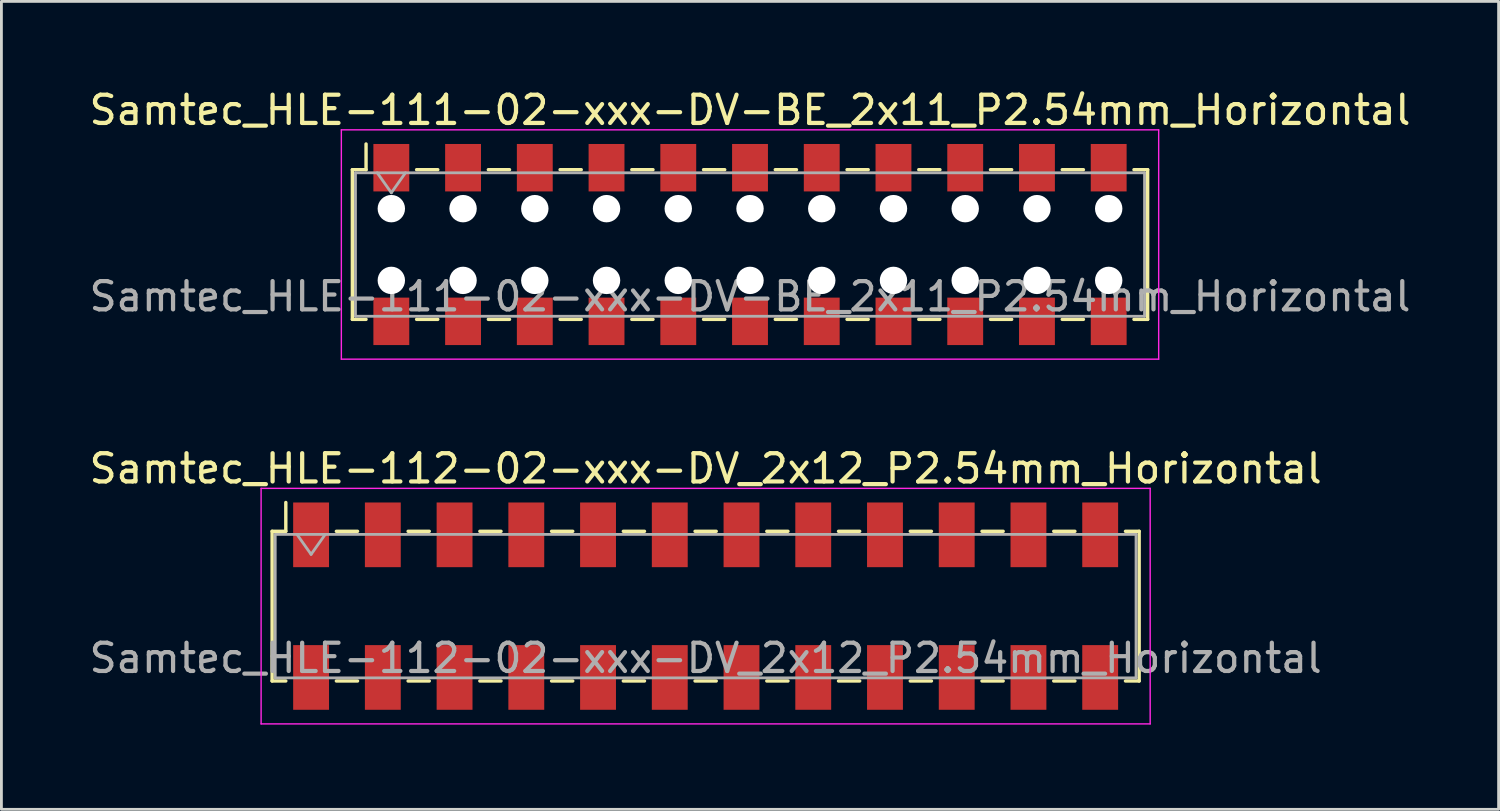
<source format=kicad_pcb>
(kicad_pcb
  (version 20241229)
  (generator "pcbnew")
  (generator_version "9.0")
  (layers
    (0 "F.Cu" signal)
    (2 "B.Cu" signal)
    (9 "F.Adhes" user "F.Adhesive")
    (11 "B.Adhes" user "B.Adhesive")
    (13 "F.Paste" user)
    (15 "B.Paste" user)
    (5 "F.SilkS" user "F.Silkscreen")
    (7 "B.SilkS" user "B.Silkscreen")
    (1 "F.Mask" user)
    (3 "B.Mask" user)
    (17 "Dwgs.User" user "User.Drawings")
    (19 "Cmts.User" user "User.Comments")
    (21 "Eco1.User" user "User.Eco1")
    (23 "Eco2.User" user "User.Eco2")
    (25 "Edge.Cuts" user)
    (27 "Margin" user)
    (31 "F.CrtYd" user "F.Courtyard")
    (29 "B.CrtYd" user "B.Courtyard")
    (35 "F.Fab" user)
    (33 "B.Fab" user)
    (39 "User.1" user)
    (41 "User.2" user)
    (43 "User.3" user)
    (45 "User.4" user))
  (footprint "Samtec_HLE-112-02-xxx-DV_2x12_P2.54mm_Horizontal"
    (layer "F.Cu")
    (at 21.935 18.412)
    (property "Reference" "Samtec_HLE-112-02-xxx-DV_2x12_P2.54mm_Horizontal" (at 0 -4.87 0) (layer "F.SilkS") (effects (font (size 1 1) (thickness 0.15))))
    (attr smd)
    (fp_line (start -15.35 -2.65) (end -15.35 2.65) (stroke (width 0.12) (type solid)) (layer "F.SilkS"))
    (fp_line (start -15.35 2.65) (end -14.865 2.65) (stroke (width 0.12) (type solid)) (layer "F.SilkS"))
    (fp_line (start -14.865 -3.67) (end -14.865 -2.65) (stroke (width 0.12) (type solid)) (layer "F.SilkS"))
    (fp_line (start -14.865 -2.65) (end -15.35 -2.65) (stroke (width 0.12) (type solid)) (layer "F.SilkS"))
    (fp_line (start -13.075 -2.65) (end -12.325 -2.65) (stroke (width 0.12) (type solid)) (layer "F.SilkS"))
    (fp_line (start -13.075 2.65) (end -12.325 2.65) (stroke (width 0.12) (type solid)) (layer "F.SilkS"))
    (fp_line (start -10.535 -2.65) (end -9.785 -2.65) (stroke (width 0.12) (type solid)) (layer "F.SilkS"))
    (fp_line (start -10.535 2.65) (end -9.785 2.65) (stroke (width 0.12) (type solid)) (layer "F.SilkS"))
    (fp_line (start -7.995 -2.65) (end -7.245 -2.65) (stroke (width 0.12) (type solid)) (layer "F.SilkS"))
    (fp_line (start -7.995 2.65) (end -7.245 2.65) (stroke (width 0.12) (type solid)) (layer "F.SilkS"))
    (fp_line (start -5.455 -2.65) (end -4.705 -2.65) (stroke (width 0.12) (type solid)) (layer "F.SilkS"))
    (fp_line (start -5.455 2.65) (end -4.705 2.65) (stroke (width 0.12) (type solid)) (layer "F.SilkS"))
    (fp_line (start -2.915 -2.65) (end -2.165 -2.65) (stroke (width 0.12) (type solid)) (layer "F.SilkS"))
    (fp_line (start -2.915 2.65) (end -2.165 2.65) (stroke (width 0.12) (type solid)) (layer "F.SilkS"))
    (fp_line (start -0.375 -2.65) (end 0.375 -2.65) (stroke (width 0.12) (type solid)) (layer "F.SilkS"))
    (fp_line (start -0.375 2.65) (end 0.375 2.65) (stroke (width 0.12) (type solid)) (layer "F.SilkS"))
    (fp_line (start 2.165 -2.65) (end 2.915 -2.65) (stroke (width 0.12) (type solid)) (layer "F.SilkS"))
    (fp_line (start 2.165 2.65) (end 2.915 2.65) (stroke (width 0.12) (type solid)) (layer "F.SilkS"))
    (fp_line (start 4.705 -2.65) (end 5.455 -2.65) (stroke (width 0.12) (type solid)) (layer "F.SilkS"))
    (fp_line (start 4.705 2.65) (end 5.455 2.65) (stroke (width 0.12) (type solid)) (layer "F.SilkS"))
    (fp_line (start 7.245 -2.65) (end 7.995 -2.65) (stroke (width 0.12) (type solid)) (layer "F.SilkS"))
    (fp_line (start 7.245 2.65) (end 7.995 2.65) (stroke (width 0.12) (type solid)) (layer "F.SilkS"))
    (fp_line (start 9.785 -2.65) (end 10.535 -2.65) (stroke (width 0.12) (type solid)) (layer "F.SilkS"))
    (fp_line (start 9.785 2.65) (end 10.535 2.65) (stroke (width 0.12) (type solid)) (layer "F.SilkS"))
    (fp_line (start 12.325 -2.65) (end 13.075 -2.65) (stroke (width 0.12) (type solid)) (layer "F.SilkS"))
    (fp_line (start 12.325 2.65) (end 13.075 2.65) (stroke (width 0.12) (type solid)) (layer "F.SilkS"))
    (fp_line (start 14.865 -2.65) (end 15.35 -2.65) (stroke (width 0.12) (type solid)) (layer "F.SilkS"))
    (fp_line (start 15.35 -2.65) (end 15.35 2.65) (stroke (width 0.12) (type solid)) (layer "F.SilkS"))
    (fp_line (start 15.35 2.65) (end 14.865 2.65) (stroke (width 0.12) (type solid)) (layer "F.SilkS"))
    (fp_line (start -15.74 -4.17) (end 15.74 -4.17) (stroke (width 0.05) (type solid)) (layer "F.CrtYd"))
    (fp_line (start -15.74 4.17) (end -15.74 -4.17) (stroke (width 0.05) (type solid)) (layer "F.CrtYd"))
    (fp_line (start 15.74 -4.17) (end 15.74 4.17) (stroke (width 0.05) (type solid)) (layer "F.CrtYd"))
    (fp_line (start 15.74 4.17) (end -15.74 4.17) (stroke (width 0.05) (type solid)) (layer "F.CrtYd"))
    (fp_line (start -15.24 -2.54) (end 15.24 -2.54) (stroke (width 0.1) (type solid)) (layer "F.Fab"))
    (fp_line (start -15.24 2.54) (end -15.24 -2.54) (stroke (width 0.1) (type solid)) (layer "F.Fab"))
    (fp_line (start -14.47 -2.54) (end -13.97 -1.833) (stroke (width 0.1) (type solid)) (layer "F.Fab"))
    (fp_line (start -13.97 -1.833) (end -13.47 -2.54) (stroke (width 0.1) (type solid)) (layer "F.Fab"))
    (fp_line (start 15.24 -2.54) (end 15.24 2.54) (stroke (width 0.1) (type solid)) (layer "F.Fab"))
    (fp_line (start 15.24 2.54) (end -15.24 2.54) (stroke (width 0.1) (type solid)) (layer "F.Fab"))
    (fp_text user "${REFERENCE}" (at 0 1.84 0) (layer "F.Fab") (effects (font (size 1 1) (thickness 0.15))))
    (pad "1" smd rect (at -13.97 -2.525) (size 1.27 2.29) (layers "F.Cu" "F.Mask" "F.Paste"))
    (pad "2" smd rect (at -13.97 2.525) (size 1.27 2.29) (layers "F.Cu" "F.Mask" "F.Paste"))
    (pad "3" smd rect (at -11.43 -2.525) (size 1.27 2.29) (layers "F.Cu" "F.Mask" "F.Paste"))
    (pad "4" smd rect (at -11.43 2.525) (size 1.27 2.29) (layers "F.Cu" "F.Mask" "F.Paste"))
    (pad "5" smd rect (at -8.89 -2.525) (size 1.27 2.29) (layers "F.Cu" "F.Mask" "F.Paste"))
    (pad "6" smd rect (at -8.89 2.525) (size 1.27 2.29) (layers "F.Cu" "F.Mask" "F.Paste"))
    (pad "7" smd rect (at -6.35 -2.525) (size 1.27 2.29) (layers "F.Cu" "F.Mask" "F.Paste"))
    (pad "8" smd rect (at -6.35 2.525) (size 1.27 2.29) (layers "F.Cu" "F.Mask" "F.Paste"))
    (pad "9" smd rect (at -3.81 -2.525) (size 1.27 2.29) (layers "F.Cu" "F.Mask" "F.Paste"))
    (pad "10" smd rect (at -3.81 2.525) (size 1.27 2.29) (layers "F.Cu" "F.Mask" "F.Paste"))
    (pad "11" smd rect (at -1.27 -2.525) (size 1.27 2.29) (layers "F.Cu" "F.Mask" "F.Paste"))
    (pad "12" smd rect (at -1.27 2.525) (size 1.27 2.29) (layers "F.Cu" "F.Mask" "F.Paste"))
    (pad "13" smd rect (at 1.27 -2.525) (size 1.27 2.29) (layers "F.Cu" "F.Mask" "F.Paste"))
    (pad "14" smd rect (at 1.27 2.525) (size 1.27 2.29) (layers "F.Cu" "F.Mask" "F.Paste"))
    (pad "15" smd rect (at 3.81 -2.525) (size 1.27 2.29) (layers "F.Cu" "F.Mask" "F.Paste"))
    (pad "16" smd rect (at 3.81 2.525) (size 1.27 2.29) (layers "F.Cu" "F.Mask" "F.Paste"))
    (pad "17" smd rect (at 6.35 -2.525) (size 1.27 2.29) (layers "F.Cu" "F.Mask" "F.Paste"))
    (pad "18" smd rect (at 6.35 2.525) (size 1.27 2.29) (layers "F.Cu" "F.Mask" "F.Paste"))
    (pad "19" smd rect (at 8.89 -2.525) (size 1.27 2.29) (layers "F.Cu" "F.Mask" "F.Paste"))
    (pad "20" smd rect (at 8.89 2.525) (size 1.27 2.29) (layers "F.Cu" "F.Mask" "F.Paste"))
    (pad "21" smd rect (at 11.43 -2.525) (size 1.27 2.29) (layers "F.Cu" "F.Mask" "F.Paste"))
    (pad "22" smd rect (at 11.43 2.525) (size 1.27 2.29) (layers "F.Cu" "F.Mask" "F.Paste"))
    (pad "23" smd rect (at 13.97 -2.525) (size 1.27 2.29) (layers "F.Cu" "F.Mask" "F.Paste"))
    (pad "24" smd rect (at 13.97 2.525) (size 1.27 2.29) (layers "F.Cu" "F.Mask" "F.Paste")))
  (footprint "Samtec_HLE-111-02-xxx-DV-BE_2x11_P2.54mm_Horizontal"
    (layer "F.Cu")
    (at 23.506 5.608)
    (property "Reference" "Samtec_HLE-111-02-xxx-DV-BE_2x11_P2.54mm_Horizontal" (at 0 -4.76 0) (layer "F.SilkS") (effects (font (size 1 1) (thickness 0.15))))
    (attr smd)
    (fp_line (start -14.08 -2.65) (end -14.08 2.65) (stroke (width 0.12) (type solid)) (layer "F.SilkS"))
    (fp_line (start -14.08 2.65) (end -13.595 2.65) (stroke (width 0.12) (type solid)) (layer "F.SilkS"))
    (fp_line (start -13.595 -3.56) (end -13.595 -2.65) (stroke (width 0.12) (type solid)) (layer "F.SilkS"))
    (fp_line (start -13.595 -2.65) (end -14.08 -2.65) (stroke (width 0.12) (type solid)) (layer "F.SilkS"))
    (fp_line (start -11.805 -2.65) (end -11.055 -2.65) (stroke (width 0.12) (type solid)) (layer "F.SilkS"))
    (fp_line (start -11.805 2.65) (end -11.055 2.65) (stroke (width 0.12) (type solid)) (layer "F.SilkS"))
    (fp_line (start -9.265 -2.65) (end -8.515 -2.65) (stroke (width 0.12) (type solid)) (layer "F.SilkS"))
    (fp_line (start -9.265 2.65) (end -8.515 2.65) (stroke (width 0.12) (type solid)) (layer "F.SilkS"))
    (fp_line (start -6.725 -2.65) (end -5.975 -2.65) (stroke (width 0.12) (type solid)) (layer "F.SilkS"))
    (fp_line (start -6.725 2.65) (end -5.975 2.65) (stroke (width 0.12) (type solid)) (layer "F.SilkS"))
    (fp_line (start -4.185 -2.65) (end -3.435 -2.65) (stroke (width 0.12) (type solid)) (layer "F.SilkS"))
    (fp_line (start -4.185 2.65) (end -3.435 2.65) (stroke (width 0.12) (type solid)) (layer "F.SilkS"))
    (fp_line (start -1.645 -2.65) (end -0.895 -2.65) (stroke (width 0.12) (type solid)) (layer "F.SilkS"))
    (fp_line (start -1.645 2.65) (end -0.895 2.65) (stroke (width 0.12) (type solid)) (layer "F.SilkS"))
    (fp_line (start 0.895 -2.65) (end 1.645 -2.65) (stroke (width 0.12) (type solid)) (layer "F.SilkS"))
    (fp_line (start 0.895 2.65) (end 1.645 2.65) (stroke (width 0.12) (type solid)) (layer "F.SilkS"))
    (fp_line (start 3.435 -2.65) (end 4.185 -2.65) (stroke (width 0.12) (type solid)) (layer "F.SilkS"))
    (fp_line (start 3.435 2.65) (end 4.185 2.65) (stroke (width 0.12) (type solid)) (layer "F.SilkS"))
    (fp_line (start 5.975 -2.65) (end 6.725 -2.65) (stroke (width 0.12) (type solid)) (layer "F.SilkS"))
    (fp_line (start 5.975 2.65) (end 6.725 2.65) (stroke (width 0.12) (type solid)) (layer "F.SilkS"))
    (fp_line (start 8.515 -2.65) (end 9.265 -2.65) (stroke (width 0.12) (type solid)) (layer "F.SilkS"))
    (fp_line (start 8.515 2.65) (end 9.265 2.65) (stroke (width 0.12) (type solid)) (layer "F.SilkS"))
    (fp_line (start 11.055 -2.65) (end 11.805 -2.65) (stroke (width 0.12) (type solid)) (layer "F.SilkS"))
    (fp_line (start 11.055 2.65) (end 11.805 2.65) (stroke (width 0.12) (type solid)) (layer "F.SilkS"))
    (fp_line (start 13.595 -2.65) (end 14.08 -2.65) (stroke (width 0.12) (type solid)) (layer "F.SilkS"))
    (fp_line (start 14.08 -2.65) (end 14.08 2.65) (stroke (width 0.12) (type solid)) (layer "F.SilkS"))
    (fp_line (start 14.08 2.65) (end 13.595 2.65) (stroke (width 0.12) (type solid)) (layer "F.SilkS"))
    (fp_line (start -14.47 -4.06) (end 14.47 -4.06) (stroke (width 0.05) (type solid)) (layer "F.CrtYd"))
    (fp_line (start -14.47 4.06) (end -14.47 -4.06) (stroke (width 0.05) (type solid)) (layer "F.CrtYd"))
    (fp_line (start 14.47 -4.06) (end 14.47 4.06) (stroke (width 0.05) (type solid)) (layer "F.CrtYd"))
    (fp_line (start 14.47 4.06) (end -14.47 4.06) (stroke (width 0.05) (type solid)) (layer "F.CrtYd"))
    (fp_line (start -13.97 -2.54) (end 13.97 -2.54) (stroke (width 0.1) (type solid)) (layer "F.Fab"))
    (fp_line (start -13.97 2.54) (end -13.97 -2.54) (stroke (width 0.1) (type solid)) (layer "F.Fab"))
    (fp_line (start -13.2 -2.54) (end -12.7 -1.833) (stroke (width 0.1) (type solid)) (layer "F.Fab"))
    (fp_line (start -12.7 -1.833) (end -12.2 -2.54) (stroke (width 0.1) (type solid)) (layer "F.Fab"))
    (fp_line (start 13.97 -2.54) (end 13.97 2.54) (stroke (width 0.1) (type solid)) (layer "F.Fab"))
    (fp_line (start 13.97 2.54) (end -13.97 2.54) (stroke (width 0.1) (type solid)) (layer "F.Fab"))
    (fp_text user "${REFERENCE}" (at 0 1.84 0) (layer "F.Fab") (effects (font (size 1 1) (thickness 0.15))))
    (pad "" np_thru_hole circle (at -12.7 -1.27) (size 0.97 0.97) (drill 0.97) (layers "*.Cu" "*.Mask"))
    (pad "" np_thru_hole circle (at -12.7 1.27) (size 0.97 0.97) (drill 0.97) (layers "*.Cu" "*.Mask"))
    (pad "" np_thru_hole circle (at -10.16 -1.27) (size 0.97 0.97) (drill 0.97) (layers "*.Cu" "*.Mask"))
    (pad "" np_thru_hole circle (at -10.16 1.27) (size 0.97 0.97) (drill 0.97) (layers "*.Cu" "*.Mask"))
    (pad "" np_thru_hole circle (at -7.62 -1.27) (size 0.97 0.97) (drill 0.97) (layers "*.Cu" "*.Mask"))
    (pad "" np_thru_hole circle (at -7.62 1.27) (size 0.97 0.97) (drill 0.97) (layers "*.Cu" "*.Mask"))
    (pad "" np_thru_hole circle (at -5.08 -1.27) (size 0.97 0.97) (drill 0.97) (layers "*.Cu" "*.Mask"))
    (pad "" np_thru_hole circle (at -5.08 1.27) (size 0.97 0.97) (drill 0.97) (layers "*.Cu" "*.Mask"))
    (pad "" np_thru_hole circle (at -2.54 -1.27) (size 0.97 0.97) (drill 0.97) (layers "*.Cu" "*.Mask"))
    (pad "" np_thru_hole circle (at -2.54 1.27) (size 0.97 0.97) (drill 0.97) (layers "*.Cu" "*.Mask"))
    (pad "" np_thru_hole circle (at 0 -1.27) (size 0.97 0.97) (drill 0.97) (layers "*.Cu" "*.Mask"))
    (pad "" np_thru_hole circle (at 0 1.27) (size 0.97 0.97) (drill 0.97) (layers "*.Cu" "*.Mask"))
    (pad "" np_thru_hole circle (at 2.54 -1.27) (size 0.97 0.97) (drill 0.97) (layers "*.Cu" "*.Mask"))
    (pad "" np_thru_hole circle (at 2.54 1.27) (size 0.97 0.97) (drill 0.97) (layers "*.Cu" "*.Mask"))
    (pad "" np_thru_hole circle (at 5.08 -1.27) (size 0.97 0.97) (drill 0.97) (layers "*.Cu" "*.Mask"))
    (pad "" np_thru_hole circle (at 5.08 1.27) (size 0.97 0.97) (drill 0.97) (layers "*.Cu" "*.Mask"))
    (pad "" np_thru_hole circle (at 7.62 -1.27) (size 0.97 0.97) (drill 0.97) (layers "*.Cu" "*.Mask"))
    (pad "" np_thru_hole circle (at 7.62 1.27) (size 0.97 0.97) (drill 0.97) (layers "*.Cu" "*.Mask"))
    (pad "" np_thru_hole circle (at 10.16 -1.27) (size 0.97 0.97) (drill 0.97) (layers "*.Cu" "*.Mask"))
    (pad "" np_thru_hole circle (at 10.16 1.27) (size 0.97 0.97) (drill 0.97) (layers "*.Cu" "*.Mask"))
    (pad "" np_thru_hole circle (at 12.7 -1.27) (size 0.97 0.97) (drill 0.97) (layers "*.Cu" "*.Mask"))
    (pad "" np_thru_hole circle (at 12.7 1.27) (size 0.97 0.97) (drill 0.97) (layers "*.Cu" "*.Mask"))
    (pad "1" smd rect (at -12.7 -2.72) (size 1.27 1.68) (layers "F.Cu" "F.Mask" "F.Paste"))
    (pad "2" smd rect (at -12.7 2.72) (size 1.27 1.68) (layers "F.Cu" "F.Mask" "F.Paste"))
    (pad "3" smd rect (at -10.16 -2.72) (size 1.27 1.68) (layers "F.Cu" "F.Mask" "F.Paste"))
    (pad "4" smd rect (at -10.16 2.72) (size 1.27 1.68) (layers "F.Cu" "F.Mask" "F.Paste"))
    (pad "5" smd rect (at -7.62 -2.72) (size 1.27 1.68) (layers "F.Cu" "F.Mask" "F.Paste"))
    (pad "6" smd rect (at -7.62 2.72) (size 1.27 1.68) (layers "F.Cu" "F.Mask" "F.Paste"))
    (pad "7" smd rect (at -5.08 -2.72) (size 1.27 1.68) (layers "F.Cu" "F.Mask" "F.Paste"))
    (pad "8" smd rect (at -5.08 2.72) (size 1.27 1.68) (layers "F.Cu" "F.Mask" "F.Paste"))
    (pad "9" smd rect (at -2.54 -2.72) (size 1.27 1.68) (layers "F.Cu" "F.Mask" "F.Paste"))
    (pad "10" smd rect (at -2.54 2.72) (size 1.27 1.68) (layers "F.Cu" "F.Mask" "F.Paste"))
    (pad "11" smd rect (at 0 -2.72) (size 1.27 1.68) (layers "F.Cu" "F.Mask" "F.Paste"))
    (pad "12" smd rect (at 0 2.72) (size 1.27 1.68) (layers "F.Cu" "F.Mask" "F.Paste"))
    (pad "13" smd rect (at 2.54 -2.72) (size 1.27 1.68) (layers "F.Cu" "F.Mask" "F.Paste"))
    (pad "14" smd rect (at 2.54 2.72) (size 1.27 1.68) (layers "F.Cu" "F.Mask" "F.Paste"))
    (pad "15" smd rect (at 5.08 -2.72) (size 1.27 1.68) (layers "F.Cu" "F.Mask" "F.Paste"))
    (pad "16" smd rect (at 5.08 2.72) (size 1.27 1.68) (layers "F.Cu" "F.Mask" "F.Paste"))
    (pad "17" smd rect (at 7.62 -2.72) (size 1.27 1.68) (layers "F.Cu" "F.Mask" "F.Paste"))
    (pad "18" smd rect (at 7.62 2.72) (size 1.27 1.68) (layers "F.Cu" "F.Mask" "F.Paste"))
    (pad "19" smd rect (at 10.16 -2.72) (size 1.27 1.68) (layers "F.Cu" "F.Mask" "F.Paste"))
    (pad "20" smd rect (at 10.16 2.72) (size 1.27 1.68) (layers "F.Cu" "F.Mask" "F.Paste"))
    (pad "21" smd rect (at 12.7 -2.72) (size 1.27 1.68) (layers "F.Cu" "F.Mask" "F.Paste"))
    (pad "22" smd rect (at 12.7 2.72) (size 1.27 1.68) (layers "F.Cu" "F.Mask" "F.Paste")))
  (gr_rect
    (start -3 -3)
    (end 50.012 25.607)
    (stroke (width 0.1) (type default))
    (fill no)
    (layer "Edge.Cuts")))
</source>
